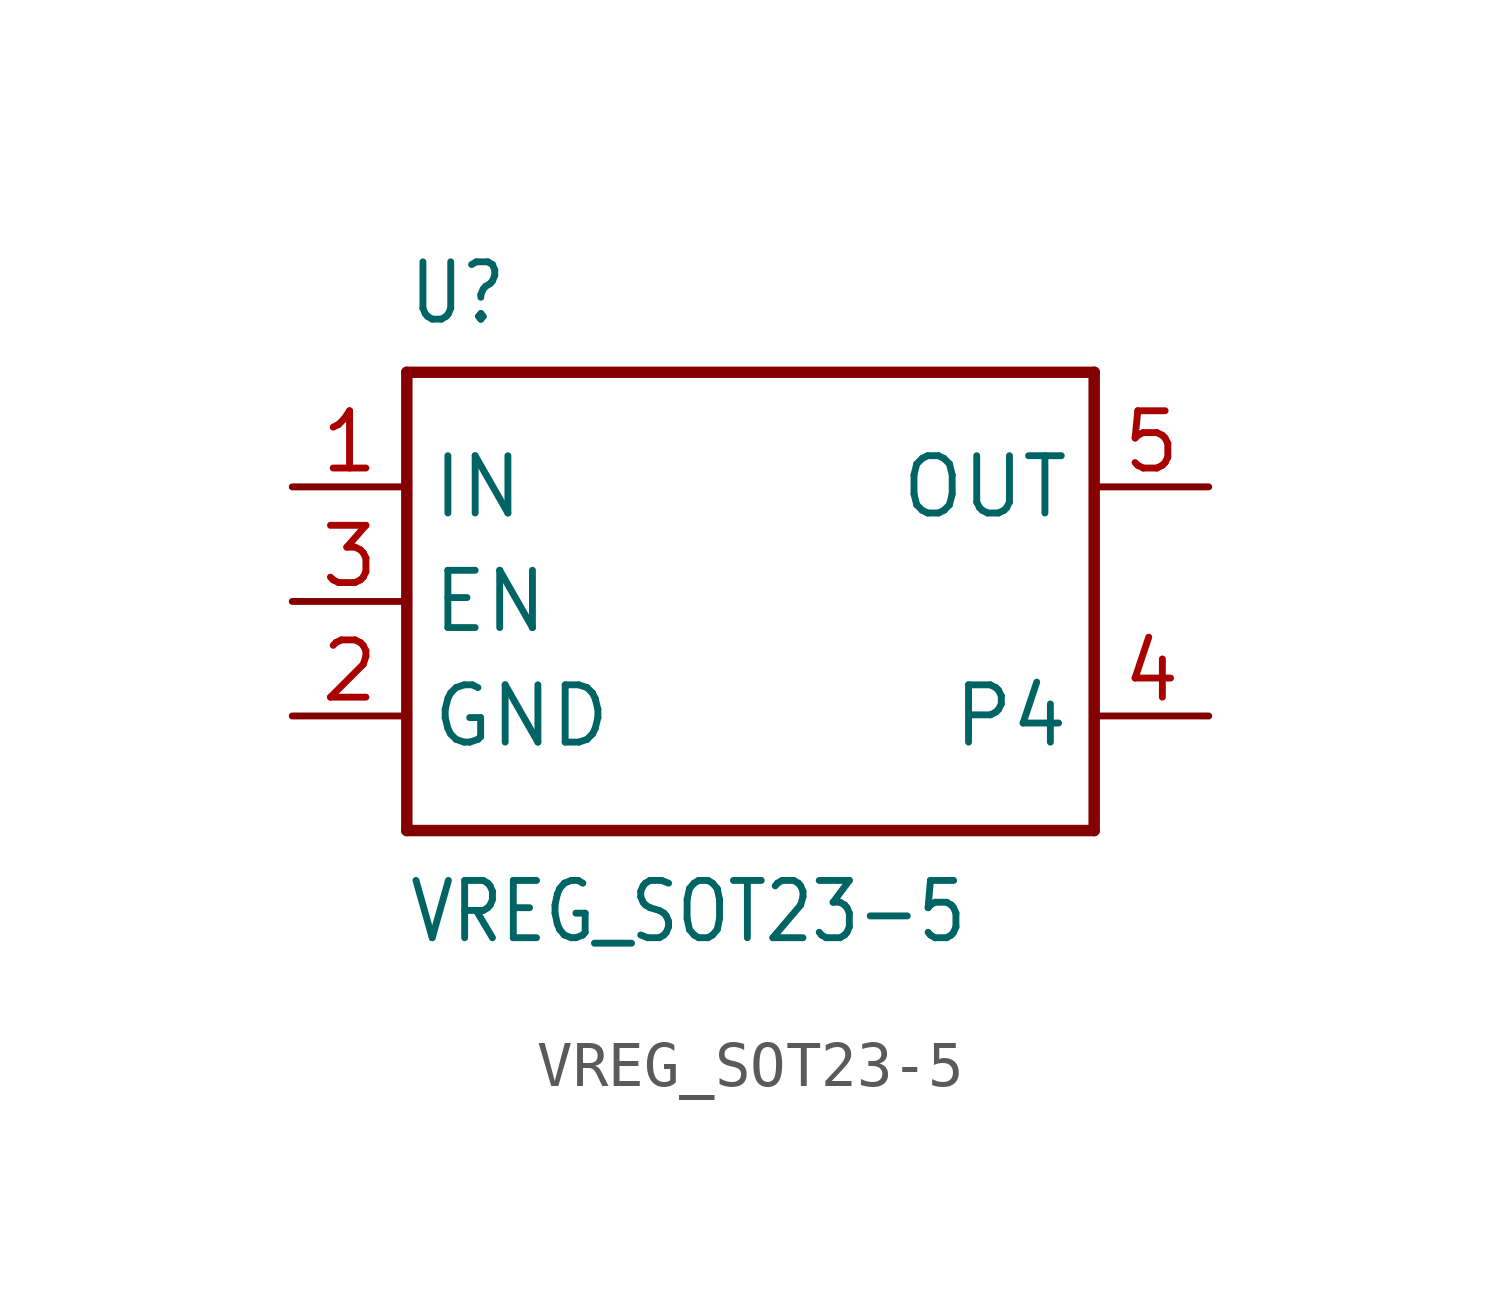
<source format=kicad_sym>
(kicad_symbol_lib
  (version 20211014)
  (generator kicad_symbol_editor)
  (symbol "VREG_SOT23-5"
    (property "Reference" "U"
      (at -7.62 6.096 0)
      (effects (font (size 1.27 1.079)) (justify left bottom)))
    (property "Value" "VREG_SOT23-5"
      (at -7.62 -7.62 0)
      (effects (font (size 1.27 1.079)) (justify left bottom)))
    (property "ki_locked" ""
      (at 0 0 0)
      (effects (font (size 1.27 1.27))))
    (symbol "VREG_SOT23-5_1_0"
      (polyline (pts (xy -7.62 -5.08) (xy -7.62 5.08)) (stroke (width 0.254) (type default) (color 0 0 0 0)) (fill (type none)))
      (polyline (pts (xy -7.62 5.08) (xy 7.62 5.08)) (stroke (width 0.254) (type default) (color 0 0 0 0)) (fill (type none)))
      (polyline (pts (xy 7.62 -5.08) (xy -7.62 -5.08)) (stroke (width 0.254) (type default) (color 0 0 0 0)) (fill (type none)))
      (polyline (pts (xy 7.62 5.08) (xy 7.62 -5.08)) (stroke (width 0.254) (type default) (color 0 0 0 0)) (fill (type none)))
      (pin power_in line (at -10.16 2.54 0) (length 2.54) (name "IN" (effects (font (size 1.27 1.27)))) (number "1" (effects (font (size 1.27 1.27)))))
      (pin power_in line (at -10.16 -2.54 0) (length 2.54) (name "GND" (effects (font (size 1.27 1.27)))) (number "2" (effects (font (size 1.27 1.27)))))
      (pin input line (at -10.16 0 0) (length 2.54) (name "EN" (effects (font (size 1.27 1.27)))) (number "3" (effects (font (size 1.27 1.27)))))
      (pin bidirectional line (at 10.16 -2.54 180) (length 2.54) (name "P4" (effects (font (size 1.27 1.27)))) (number "4" (effects (font (size 1.27 1.27)))))
      (pin power_in line (at 10.16 2.54 180) (length 2.54) (name "OUT" (effects (font (size 1.27 1.27)))) (number "5" (effects (font (size 1.27 1.27))))))))
</source>
